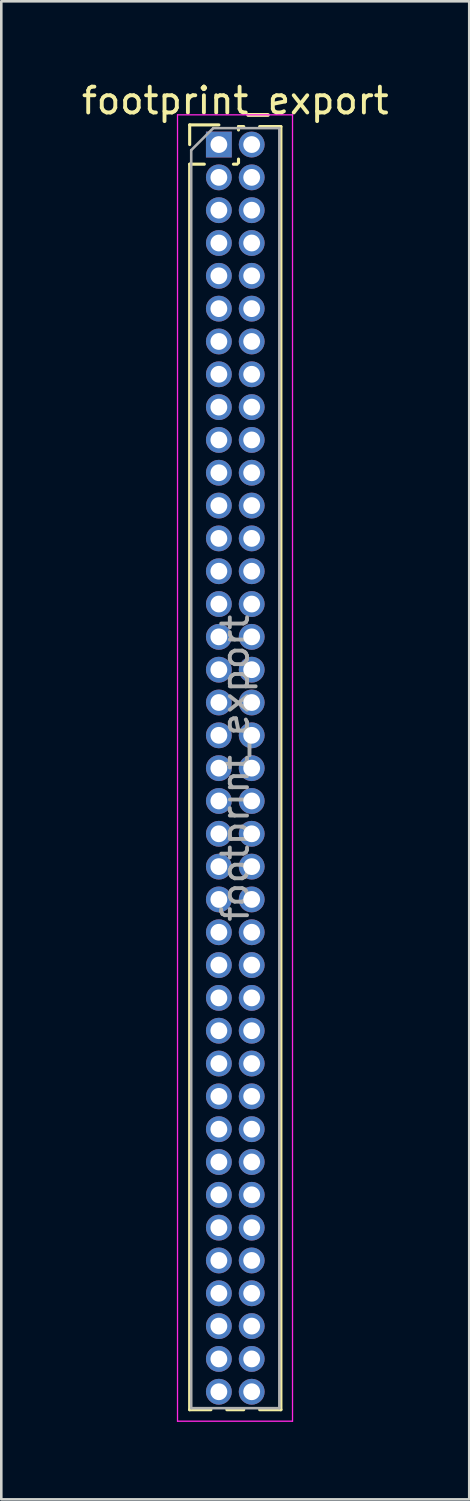
<source format=kicad_pcb>
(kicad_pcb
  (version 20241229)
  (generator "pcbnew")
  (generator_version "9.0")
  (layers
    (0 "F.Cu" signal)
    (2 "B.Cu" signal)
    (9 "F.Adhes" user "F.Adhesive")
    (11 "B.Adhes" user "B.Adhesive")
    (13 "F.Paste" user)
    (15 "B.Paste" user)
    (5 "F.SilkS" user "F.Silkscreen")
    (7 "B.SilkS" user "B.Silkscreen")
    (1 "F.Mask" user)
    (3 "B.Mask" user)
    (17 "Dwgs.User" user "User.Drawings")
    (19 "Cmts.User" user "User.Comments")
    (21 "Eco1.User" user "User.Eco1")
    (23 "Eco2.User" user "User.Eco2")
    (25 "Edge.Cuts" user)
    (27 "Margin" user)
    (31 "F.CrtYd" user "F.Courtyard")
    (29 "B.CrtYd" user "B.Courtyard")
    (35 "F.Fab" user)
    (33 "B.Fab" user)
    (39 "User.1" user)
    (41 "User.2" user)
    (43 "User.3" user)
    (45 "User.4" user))
  (footprint "footprint_export"
    (layer "F.Cu")
    (at 5.419 2.543)
    (property "Reference" "footprint_export" (at 0.635 -1.695 0) (layer "F.SilkS") (effects (font (size 1 1) (thickness 0.15))))
    (attr through_hole)
    (fp_line (start -1.13 -0.76) (end 0 -0.76) (stroke (width 0.12) (type solid)) (layer "F.SilkS"))
    (fp_line (start -1.13 0) (end -1.13 -0.76) (stroke (width 0.12) (type solid)) (layer "F.SilkS"))
    (fp_line (start -1.13 0.76) (end -1.13 48.955) (stroke (width 0.12) (type solid)) (layer "F.SilkS"))
    (fp_line (start -1.13 0.76) (end -0.563 0.76) (stroke (width 0.12) (type solid)) (layer "F.SilkS"))
    (fp_line (start -1.13 48.955) (end -0.308 48.955) (stroke (width 0.12) (type solid)) (layer "F.SilkS"))
    (fp_line (start 0.308 48.955) (end 0.962 48.955) (stroke (width 0.12) (type solid)) (layer "F.SilkS"))
    (fp_line (start 0.563 0.76) (end 0.707 0.76) (stroke (width 0.12) (type solid)) (layer "F.SilkS"))
    (fp_line (start 0.76 -0.695) (end 0.962 -0.695) (stroke (width 0.12) (type solid)) (layer "F.SilkS"))
    (fp_line (start 0.76 -0.563) (end 0.76 -0.695) (stroke (width 0.12) (type solid)) (layer "F.SilkS"))
    (fp_line (start 0.76 0.707) (end 0.76 0.563) (stroke (width 0.12) (type solid)) (layer "F.SilkS"))
    (fp_line (start 1.578 -0.695) (end 2.4 -0.695) (stroke (width 0.12) (type solid)) (layer "F.SilkS"))
    (fp_line (start 1.578 48.955) (end 2.4 48.955) (stroke (width 0.12) (type solid)) (layer "F.SilkS"))
    (fp_line (start 2.4 -0.695) (end 2.4 48.955) (stroke (width 0.12) (type solid)) (layer "F.SilkS"))
    (fp_line (start -1.6 -1.15) (end -1.6 49.4) (stroke (width 0.05) (type solid)) (layer "F.CrtYd"))
    (fp_line (start -1.6 49.4) (end 2.85 49.4) (stroke (width 0.05) (type solid)) (layer "F.CrtYd"))
    (fp_line (start 2.85 -1.15) (end -1.6 -1.15) (stroke (width 0.05) (type solid)) (layer "F.CrtYd"))
    (fp_line (start 2.85 49.4) (end 2.85 -1.15) (stroke (width 0.05) (type solid)) (layer "F.CrtYd"))
    (fp_line (start -1.07 0.217) (end -0.217 -0.635) (stroke (width 0.1) (type solid)) (layer "F.Fab"))
    (fp_line (start -1.07 48.895) (end -1.07 0.217) (stroke (width 0.1) (type solid)) (layer "F.Fab"))
    (fp_line (start -0.217 -0.635) (end 2.34 -0.635) (stroke (width 0.1) (type solid)) (layer "F.Fab"))
    (fp_line (start 2.34 -0.635) (end 2.34 48.895) (stroke (width 0.1) (type solid)) (layer "F.Fab"))
    (fp_line (start 2.34 48.895) (end -1.07 48.895) (stroke (width 0.1) (type solid)) (layer "F.Fab"))
    (fp_text user "${REFERENCE}" (at 0.635 24.13 90) (layer "F.Fab") (effects (font (size 1 1) (thickness 0.15))))
    (pad "1" thru_hole rect (at 0 0) (size 1 1) (drill 0.65) (layers "*.Cu" "*.Mask"))
    (pad "2" thru_hole oval (at 1.27 0) (size 1 1) (drill 0.65) (layers "*.Cu" "*.Mask"))
    (pad "3" thru_hole oval (at 0 1.27) (size 1 1) (drill 0.65) (layers "*.Cu" "*.Mask"))
    (pad "4" thru_hole oval (at 1.27 1.27) (size 1 1) (drill 0.65) (layers "*.Cu" "*.Mask"))
    (pad "5" thru_hole oval (at 0 2.54) (size 1 1) (drill 0.65) (layers "*.Cu" "*.Mask"))
    (pad "6" thru_hole oval (at 1.27 2.54) (size 1 1) (drill 0.65) (layers "*.Cu" "*.Mask"))
    (pad "7" thru_hole oval (at 0 3.81) (size 1 1) (drill 0.65) (layers "*.Cu" "*.Mask"))
    (pad "8" thru_hole oval (at 1.27 3.81) (size 1 1) (drill 0.65) (layers "*.Cu" "*.Mask"))
    (pad "9" thru_hole oval (at 0 5.08) (size 1 1) (drill 0.65) (layers "*.Cu" "*.Mask"))
    (pad "10" thru_hole oval (at 1.27 5.08) (size 1 1) (drill 0.65) (layers "*.Cu" "*.Mask"))
    (pad "11" thru_hole oval (at 0 6.35) (size 1 1) (drill 0.65) (layers "*.Cu" "*.Mask"))
    (pad "12" thru_hole oval (at 1.27 6.35) (size 1 1) (drill 0.65) (layers "*.Cu" "*.Mask"))
    (pad "13" thru_hole oval (at 0 7.62) (size 1 1) (drill 0.65) (layers "*.Cu" "*.Mask"))
    (pad "14" thru_hole oval (at 1.27 7.62) (size 1 1) (drill 0.65) (layers "*.Cu" "*.Mask"))
    (pad "15" thru_hole oval (at 0 8.89) (size 1 1) (drill 0.65) (layers "*.Cu" "*.Mask"))
    (pad "16" thru_hole oval (at 1.27 8.89) (size 1 1) (drill 0.65) (layers "*.Cu" "*.Mask"))
    (pad "17" thru_hole oval (at 0 10.16) (size 1 1) (drill 0.65) (layers "*.Cu" "*.Mask"))
    (pad "18" thru_hole oval (at 1.27 10.16) (size 1 1) (drill 0.65) (layers "*.Cu" "*.Mask"))
    (pad "19" thru_hole oval (at 0 11.43) (size 1 1) (drill 0.65) (layers "*.Cu" "*.Mask"))
    (pad "20" thru_hole oval (at 1.27 11.43) (size 1 1) (drill 0.65) (layers "*.Cu" "*.Mask"))
    (pad "21" thru_hole oval (at 0 12.7) (size 1 1) (drill 0.65) (layers "*.Cu" "*.Mask"))
    (pad "22" thru_hole oval (at 1.27 12.7) (size 1 1) (drill 0.65) (layers "*.Cu" "*.Mask"))
    (pad "23" thru_hole oval (at 0 13.97) (size 1 1) (drill 0.65) (layers "*.Cu" "*.Mask"))
    (pad "24" thru_hole oval (at 1.27 13.97) (size 1 1) (drill 0.65) (layers "*.Cu" "*.Mask"))
    (pad "25" thru_hole oval (at 0 15.24) (size 1 1) (drill 0.65) (layers "*.Cu" "*.Mask"))
    (pad "26" thru_hole oval (at 1.27 15.24) (size 1 1) (drill 0.65) (layers "*.Cu" "*.Mask"))
    (pad "27" thru_hole oval (at 0 16.51) (size 1 1) (drill 0.65) (layers "*.Cu" "*.Mask"))
    (pad "28" thru_hole oval (at 1.27 16.51) (size 1 1) (drill 0.65) (layers "*.Cu" "*.Mask"))
    (pad "29" thru_hole oval (at 0 17.78) (size 1 1) (drill 0.65) (layers "*.Cu" "*.Mask"))
    (pad "30" thru_hole oval (at 1.27 17.78) (size 1 1) (drill 0.65) (layers "*.Cu" "*.Mask"))
    (pad "31" thru_hole oval (at 0 19.05) (size 1 1) (drill 0.65) (layers "*.Cu" "*.Mask"))
    (pad "32" thru_hole oval (at 1.27 19.05) (size 1 1) (drill 0.65) (layers "*.Cu" "*.Mask"))
    (pad "33" thru_hole oval (at 0 20.32) (size 1 1) (drill 0.65) (layers "*.Cu" "*.Mask"))
    (pad "34" thru_hole oval (at 1.27 20.32) (size 1 1) (drill 0.65) (layers "*.Cu" "*.Mask"))
    (pad "35" thru_hole oval (at 0 21.59) (size 1 1) (drill 0.65) (layers "*.Cu" "*.Mask"))
    (pad "36" thru_hole oval (at 1.27 21.59) (size 1 1) (drill 0.65) (layers "*.Cu" "*.Mask"))
    (pad "37" thru_hole oval (at 0 22.86) (size 1 1) (drill 0.65) (layers "*.Cu" "*.Mask"))
    (pad "38" thru_hole oval (at 1.27 22.86) (size 1 1) (drill 0.65) (layers "*.Cu" "*.Mask"))
    (pad "39" thru_hole oval (at 0 24.13) (size 1 1) (drill 0.65) (layers "*.Cu" "*.Mask"))
    (pad "40" thru_hole oval (at 1.27 24.13) (size 1 1) (drill 0.65) (layers "*.Cu" "*.Mask"))
    (pad "41" thru_hole oval (at 0 25.4) (size 1 1) (drill 0.65) (layers "*.Cu" "*.Mask"))
    (pad "42" thru_hole oval (at 1.27 25.4) (size 1 1) (drill 0.65) (layers "*.Cu" "*.Mask"))
    (pad "43" thru_hole oval (at 0 26.67) (size 1 1) (drill 0.65) (layers "*.Cu" "*.Mask"))
    (pad "44" thru_hole oval (at 1.27 26.67) (size 1 1) (drill 0.65) (layers "*.Cu" "*.Mask"))
    (pad "45" thru_hole oval (at 0 27.94) (size 1 1) (drill 0.65) (layers "*.Cu" "*.Mask"))
    (pad "46" thru_hole oval (at 1.27 27.94) (size 1 1) (drill 0.65) (layers "*.Cu" "*.Mask"))
    (pad "47" thru_hole oval (at 0 29.21) (size 1 1) (drill 0.65) (layers "*.Cu" "*.Mask"))
    (pad "48" thru_hole oval (at 1.27 29.21) (size 1 1) (drill 0.65) (layers "*.Cu" "*.Mask"))
    (pad "49" thru_hole oval (at 0 30.48) (size 1 1) (drill 0.65) (layers "*.Cu" "*.Mask"))
    (pad "50" thru_hole oval (at 1.27 30.48) (size 1 1) (drill 0.65) (layers "*.Cu" "*.Mask"))
    (pad "51" thru_hole oval (at 0 31.75) (size 1 1) (drill 0.65) (layers "*.Cu" "*.Mask"))
    (pad "52" thru_hole oval (at 1.27 31.75) (size 1 1) (drill 0.65) (layers "*.Cu" "*.Mask"))
    (pad "53" thru_hole oval (at 0 33.02) (size 1 1) (drill 0.65) (layers "*.Cu" "*.Mask"))
    (pad "54" thru_hole oval (at 1.27 33.02) (size 1 1) (drill 0.65) (layers "*.Cu" "*.Mask"))
    (pad "55" thru_hole oval (at 0 34.29) (size 1 1) (drill 0.65) (layers "*.Cu" "*.Mask"))
    (pad "56" thru_hole oval (at 1.27 34.29) (size 1 1) (drill 0.65) (layers "*.Cu" "*.Mask"))
    (pad "57" thru_hole oval (at 0 35.56) (size 1 1) (drill 0.65) (layers "*.Cu" "*.Mask"))
    (pad "58" thru_hole oval (at 1.27 35.56) (size 1 1) (drill 0.65) (layers "*.Cu" "*.Mask"))
    (pad "59" thru_hole oval (at 0 36.83) (size 1 1) (drill 0.65) (layers "*.Cu" "*.Mask"))
    (pad "60" thru_hole oval (at 1.27 36.83) (size 1 1) (drill 0.65) (layers "*.Cu" "*.Mask"))
    (pad "61" thru_hole oval (at 0 38.1) (size 1 1) (drill 0.65) (layers "*.Cu" "*.Mask"))
    (pad "62" thru_hole oval (at 1.27 38.1) (size 1 1) (drill 0.65) (layers "*.Cu" "*.Mask"))
    (pad "63" thru_hole oval (at 0 39.37) (size 1 1) (drill 0.65) (layers "*.Cu" "*.Mask"))
    (pad "64" thru_hole oval (at 1.27 39.37) (size 1 1) (drill 0.65) (layers "*.Cu" "*.Mask"))
    (pad "65" thru_hole oval (at 0 40.64) (size 1 1) (drill 0.65) (layers "*.Cu" "*.Mask"))
    (pad "66" thru_hole oval (at 1.27 40.64) (size 1 1) (drill 0.65) (layers "*.Cu" "*.Mask"))
    (pad "67" thru_hole oval (at 0 41.91) (size 1 1) (drill 0.65) (layers "*.Cu" "*.Mask"))
    (pad "68" thru_hole oval (at 1.27 41.91) (size 1 1) (drill 0.65) (layers "*.Cu" "*.Mask"))
    (pad "69" thru_hole oval (at 0 43.18) (size 1 1) (drill 0.65) (layers "*.Cu" "*.Mask"))
    (pad "70" thru_hole oval (at 1.27 43.18) (size 1 1) (drill 0.65) (layers "*.Cu" "*.Mask"))
    (pad "71" thru_hole oval (at 0 44.45) (size 1 1) (drill 0.65) (layers "*.Cu" "*.Mask"))
    (pad "72" thru_hole oval (at 1.27 44.45) (size 1 1) (drill 0.65) (layers "*.Cu" "*.Mask"))
    (pad "73" thru_hole oval (at 0 45.72) (size 1 1) (drill 0.65) (layers "*.Cu" "*.Mask"))
    (pad "74" thru_hole oval (at 1.27 45.72) (size 1 1) (drill 0.65) (layers "*.Cu" "*.Mask"))
    (pad "75" thru_hole oval (at 0 46.99) (size 1 1) (drill 0.65) (layers "*.Cu" "*.Mask"))
    (pad "76" thru_hole oval (at 1.27 46.99) (size 1 1) (drill 0.65) (layers "*.Cu" "*.Mask"))
    (pad "77" thru_hole oval (at 0 48.26) (size 1 1) (drill 0.65) (layers "*.Cu" "*.Mask"))
    (pad "78" thru_hole oval (at 1.27 48.26) (size 1 1) (drill 0.65) (layers "*.Cu" "*.Mask")))
  (gr_rect
    (start -3 -3)
    (end 15.107 54.968)
    (stroke (width 0.1) (type default))
    (fill no)
    (layer "Edge.Cuts")))
</source>
